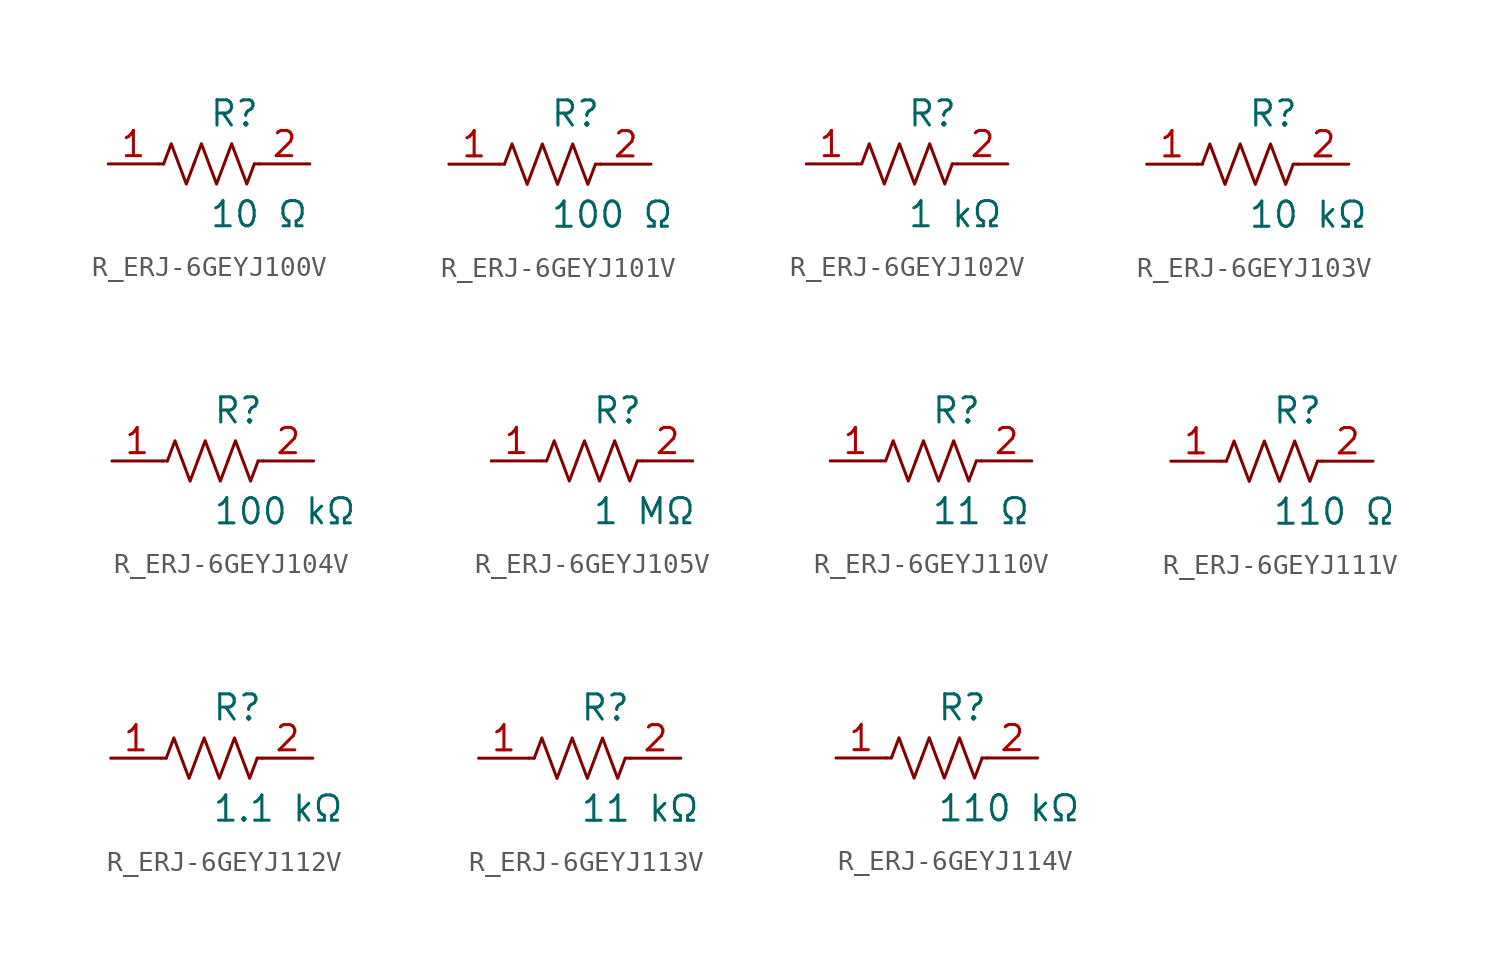
<source format=kicad_sym>
(kicad_symbol_lib
  (version 20231120)
  (generator kicad_symbol_editor)
  (generator_version 8.0)
  (symbol "R_ERJ-6GEYJ100V"
    (pin_names
      (offset 0.254))
    (property "Reference" "R"
      (at 0.0 2.54 0)
      (effects (font (size 1.27 1.27)) (justify left)))
    (property "Value" "10 Ω"
      (at 0.0 -2.54 0)
      (effects (font (size 1.27 1.27)) (justify left)))
    (symbol "R_ERJ-6GEYJ100V_0_1"
      (polyline (pts (xy 2.286 0) (xy 2.54 0)) (stroke (width 0) (type default)) (fill (type none)))
      (polyline (pts (xy -2.286 0) (xy -2.54 0)) (stroke (width 0) (type default)) (fill (type none)))
      (polyline (pts (xy 0.762 0) (xy 1.143 1.016) (xy 1.524 0) (xy 1.905 -1.016) (xy 2.286 0)) (stroke (width 0) (type default)) (fill (type none)))
      (polyline (pts (xy -0.762 0) (xy -0.381 1.016) (xy 0 0) (xy 0.381 -1.016) (xy 0.762 0)) (stroke (width 0) (type default)) (fill (type none)))
      (polyline (pts (xy -2.286 0) (xy -1.905 1.016) (xy -1.524 0) (xy -1.143 -1.016) (xy -0.762 0)) (stroke (width 0) (type default)) (fill (type none))))
    (pin unspecified line
      (at -5.08 0 0)
      (length 2.54)
      (name "" (effects (font (size 1.27 1.27))))
      (number "1" (effects (font (size 1.27 1.27)))))
    (pin unspecified line
      (at 5.08 0 180)
      (length 2.54)
      (name "" (effects (font (size 1.27 1.27))))
      (number "2" (effects (font (size 1.27 1.27))))))
  (symbol "R_ERJ-6GEYJ101V"
    (pin_names
      (offset 0.254))
    (property "Reference" "R"
      (at 0.0 2.54 0)
      (effects (font (size 1.27 1.27)) (justify left)))
    (property "Value" "100 Ω"
      (at 0.0 -2.54 0)
      (effects (font (size 1.27 1.27)) (justify left)))
    (symbol "R_ERJ-6GEYJ101V_0_1"
      (polyline (pts (xy 2.286 0) (xy 2.54 0)) (stroke (width 0) (type default)) (fill (type none)))
      (polyline (pts (xy -2.286 0) (xy -2.54 0)) (stroke (width 0) (type default)) (fill (type none)))
      (polyline (pts (xy 0.762 0) (xy 1.143 1.016) (xy 1.524 0) (xy 1.905 -1.016) (xy 2.286 0)) (stroke (width 0) (type default)) (fill (type none)))
      (polyline (pts (xy -0.762 0) (xy -0.381 1.016) (xy 0 0) (xy 0.381 -1.016) (xy 0.762 0)) (stroke (width 0) (type default)) (fill (type none)))
      (polyline (pts (xy -2.286 0) (xy -1.905 1.016) (xy -1.524 0) (xy -1.143 -1.016) (xy -0.762 0)) (stroke (width 0) (type default)) (fill (type none))))
    (pin unspecified line
      (at -5.08 0 0)
      (length 2.54)
      (name "" (effects (font (size 1.27 1.27))))
      (number "1" (effects (font (size 1.27 1.27)))))
    (pin unspecified line
      (at 5.08 0 180)
      (length 2.54)
      (name "" (effects (font (size 1.27 1.27))))
      (number "2" (effects (font (size 1.27 1.27))))))
  (symbol "R_ERJ-6GEYJ102V"
    (pin_names
      (offset 0.254))
    (property "Reference" "R"
      (at 0.0 2.54 0)
      (effects (font (size 1.27 1.27)) (justify left)))
    (property "Value" "1 kΩ"
      (at 0.0 -2.54 0)
      (effects (font (size 1.27 1.27)) (justify left)))
    (symbol "R_ERJ-6GEYJ102V_0_1"
      (polyline (pts (xy 2.286 0) (xy 2.54 0)) (stroke (width 0) (type default)) (fill (type none)))
      (polyline (pts (xy -2.286 0) (xy -2.54 0)) (stroke (width 0) (type default)) (fill (type none)))
      (polyline (pts (xy 0.762 0) (xy 1.143 1.016) (xy 1.524 0) (xy 1.905 -1.016) (xy 2.286 0)) (stroke (width 0) (type default)) (fill (type none)))
      (polyline (pts (xy -0.762 0) (xy -0.381 1.016) (xy 0 0) (xy 0.381 -1.016) (xy 0.762 0)) (stroke (width 0) (type default)) (fill (type none)))
      (polyline (pts (xy -2.286 0) (xy -1.905 1.016) (xy -1.524 0) (xy -1.143 -1.016) (xy -0.762 0)) (stroke (width 0) (type default)) (fill (type none))))
    (pin unspecified line
      (at -5.08 0 0)
      (length 2.54)
      (name "" (effects (font (size 1.27 1.27))))
      (number "1" (effects (font (size 1.27 1.27)))))
    (pin unspecified line
      (at 5.08 0 180)
      (length 2.54)
      (name "" (effects (font (size 1.27 1.27))))
      (number "2" (effects (font (size 1.27 1.27))))))
  (symbol "R_ERJ-6GEYJ103V"
    (pin_names
      (offset 0.254))
    (property "Reference" "R"
      (at 0.0 2.54 0)
      (effects (font (size 1.27 1.27)) (justify left)))
    (property "Value" "10 kΩ"
      (at 0.0 -2.54 0)
      (effects (font (size 1.27 1.27)) (justify left)))
    (symbol "R_ERJ-6GEYJ103V_0_1"
      (polyline (pts (xy 2.286 0) (xy 2.54 0)) (stroke (width 0) (type default)) (fill (type none)))
      (polyline (pts (xy -2.286 0) (xy -2.54 0)) (stroke (width 0) (type default)) (fill (type none)))
      (polyline (pts (xy 0.762 0) (xy 1.143 1.016) (xy 1.524 0) (xy 1.905 -1.016) (xy 2.286 0)) (stroke (width 0) (type default)) (fill (type none)))
      (polyline (pts (xy -0.762 0) (xy -0.381 1.016) (xy 0 0) (xy 0.381 -1.016) (xy 0.762 0)) (stroke (width 0) (type default)) (fill (type none)))
      (polyline (pts (xy -2.286 0) (xy -1.905 1.016) (xy -1.524 0) (xy -1.143 -1.016) (xy -0.762 0)) (stroke (width 0) (type default)) (fill (type none))))
    (pin unspecified line
      (at -5.08 0 0)
      (length 2.54)
      (name "" (effects (font (size 1.27 1.27))))
      (number "1" (effects (font (size 1.27 1.27)))))
    (pin unspecified line
      (at 5.08 0 180)
      (length 2.54)
      (name "" (effects (font (size 1.27 1.27))))
      (number "2" (effects (font (size 1.27 1.27))))))
  (symbol "R_ERJ-6GEYJ104V"
    (pin_names
      (offset 0.254))
    (property "Reference" "R"
      (at 0.0 2.54 0)
      (effects (font (size 1.27 1.27)) (justify left)))
    (property "Value" "100 kΩ"
      (at 0.0 -2.54 0)
      (effects (font (size 1.27 1.27)) (justify left)))
    (symbol "R_ERJ-6GEYJ104V_0_1"
      (polyline (pts (xy 2.286 0) (xy 2.54 0)) (stroke (width 0) (type default)) (fill (type none)))
      (polyline (pts (xy -2.286 0) (xy -2.54 0)) (stroke (width 0) (type default)) (fill (type none)))
      (polyline (pts (xy 0.762 0) (xy 1.143 1.016) (xy 1.524 0) (xy 1.905 -1.016) (xy 2.286 0)) (stroke (width 0) (type default)) (fill (type none)))
      (polyline (pts (xy -0.762 0) (xy -0.381 1.016) (xy 0 0) (xy 0.381 -1.016) (xy 0.762 0)) (stroke (width 0) (type default)) (fill (type none)))
      (polyline (pts (xy -2.286 0) (xy -1.905 1.016) (xy -1.524 0) (xy -1.143 -1.016) (xy -0.762 0)) (stroke (width 0) (type default)) (fill (type none))))
    (pin unspecified line
      (at -5.08 0 0)
      (length 2.54)
      (name "" (effects (font (size 1.27 1.27))))
      (number "1" (effects (font (size 1.27 1.27)))))
    (pin unspecified line
      (at 5.08 0 180)
      (length 2.54)
      (name "" (effects (font (size 1.27 1.27))))
      (number "2" (effects (font (size 1.27 1.27))))))
  (symbol "R_ERJ-6GEYJ105V"
    (pin_names
      (offset 0.254))
    (property "Reference" "R"
      (at 0.0 2.54 0)
      (effects (font (size 1.27 1.27)) (justify left)))
    (property "Value" "1 MΩ"
      (at 0.0 -2.54 0)
      (effects (font (size 1.27 1.27)) (justify left)))
    (symbol "R_ERJ-6GEYJ105V_0_1"
      (polyline (pts (xy 2.286 0) (xy 2.54 0)) (stroke (width 0) (type default)) (fill (type none)))
      (polyline (pts (xy -2.286 0) (xy -2.54 0)) (stroke (width 0) (type default)) (fill (type none)))
      (polyline (pts (xy 0.762 0) (xy 1.143 1.016) (xy 1.524 0) (xy 1.905 -1.016) (xy 2.286 0)) (stroke (width 0) (type default)) (fill (type none)))
      (polyline (pts (xy -0.762 0) (xy -0.381 1.016) (xy 0 0) (xy 0.381 -1.016) (xy 0.762 0)) (stroke (width 0) (type default)) (fill (type none)))
      (polyline (pts (xy -2.286 0) (xy -1.905 1.016) (xy -1.524 0) (xy -1.143 -1.016) (xy -0.762 0)) (stroke (width 0) (type default)) (fill (type none))))
    (pin unspecified line
      (at -5.08 0 0)
      (length 2.54)
      (name "" (effects (font (size 1.27 1.27))))
      (number "1" (effects (font (size 1.27 1.27)))))
    (pin unspecified line
      (at 5.08 0 180)
      (length 2.54)
      (name "" (effects (font (size 1.27 1.27))))
      (number "2" (effects (font (size 1.27 1.27))))))
  (symbol "R_ERJ-6GEYJ110V"
    (pin_names
      (offset 0.254))
    (property "Reference" "R"
      (at 0.0 2.54 0)
      (effects (font (size 1.27 1.27)) (justify left)))
    (property "Value" "11 Ω"
      (at 0.0 -2.54 0)
      (effects (font (size 1.27 1.27)) (justify left)))
    (symbol "R_ERJ-6GEYJ110V_0_1"
      (polyline (pts (xy 2.286 0) (xy 2.54 0)) (stroke (width 0) (type default)) (fill (type none)))
      (polyline (pts (xy -2.286 0) (xy -2.54 0)) (stroke (width 0) (type default)) (fill (type none)))
      (polyline (pts (xy 0.762 0) (xy 1.143 1.016) (xy 1.524 0) (xy 1.905 -1.016) (xy 2.286 0)) (stroke (width 0) (type default)) (fill (type none)))
      (polyline (pts (xy -0.762 0) (xy -0.381 1.016) (xy 0 0) (xy 0.381 -1.016) (xy 0.762 0)) (stroke (width 0) (type default)) (fill (type none)))
      (polyline (pts (xy -2.286 0) (xy -1.905 1.016) (xy -1.524 0) (xy -1.143 -1.016) (xy -0.762 0)) (stroke (width 0) (type default)) (fill (type none))))
    (pin unspecified line
      (at -5.08 0 0)
      (length 2.54)
      (name "" (effects (font (size 1.27 1.27))))
      (number "1" (effects (font (size 1.27 1.27)))))
    (pin unspecified line
      (at 5.08 0 180)
      (length 2.54)
      (name "" (effects (font (size 1.27 1.27))))
      (number "2" (effects (font (size 1.27 1.27))))))
  (symbol "R_ERJ-6GEYJ111V"
    (pin_names
      (offset 0.254))
    (property "Reference" "R"
      (at 0.0 2.54 0)
      (effects (font (size 1.27 1.27)) (justify left)))
    (property "Value" "110 Ω"
      (at 0.0 -2.54 0)
      (effects (font (size 1.27 1.27)) (justify left)))
    (symbol "R_ERJ-6GEYJ111V_0_1"
      (polyline (pts (xy 2.286 0) (xy 2.54 0)) (stroke (width 0) (type default)) (fill (type none)))
      (polyline (pts (xy -2.286 0) (xy -2.54 0)) (stroke (width 0) (type default)) (fill (type none)))
      (polyline (pts (xy 0.762 0) (xy 1.143 1.016) (xy 1.524 0) (xy 1.905 -1.016) (xy 2.286 0)) (stroke (width 0) (type default)) (fill (type none)))
      (polyline (pts (xy -0.762 0) (xy -0.381 1.016) (xy 0 0) (xy 0.381 -1.016) (xy 0.762 0)) (stroke (width 0) (type default)) (fill (type none)))
      (polyline (pts (xy -2.286 0) (xy -1.905 1.016) (xy -1.524 0) (xy -1.143 -1.016) (xy -0.762 0)) (stroke (width 0) (type default)) (fill (type none))))
    (pin unspecified line
      (at -5.08 0 0)
      (length 2.54)
      (name "" (effects (font (size 1.27 1.27))))
      (number "1" (effects (font (size 1.27 1.27)))))
    (pin unspecified line
      (at 5.08 0 180)
      (length 2.54)
      (name "" (effects (font (size 1.27 1.27))))
      (number "2" (effects (font (size 1.27 1.27))))))
  (symbol "R_ERJ-6GEYJ112V"
    (pin_names
      (offset 0.254))
    (property "Reference" "R"
      (at 0.0 2.54 0)
      (effects (font (size 1.27 1.27)) (justify left)))
    (property "Value" "1.1 kΩ"
      (at 0.0 -2.54 0)
      (effects (font (size 1.27 1.27)) (justify left)))
    (symbol "R_ERJ-6GEYJ112V_0_1"
      (polyline (pts (xy 2.286 0) (xy 2.54 0)) (stroke (width 0) (type default)) (fill (type none)))
      (polyline (pts (xy -2.286 0) (xy -2.54 0)) (stroke (width 0) (type default)) (fill (type none)))
      (polyline (pts (xy 0.762 0) (xy 1.143 1.016) (xy 1.524 0) (xy 1.905 -1.016) (xy 2.286 0)) (stroke (width 0) (type default)) (fill (type none)))
      (polyline (pts (xy -0.762 0) (xy -0.381 1.016) (xy 0 0) (xy 0.381 -1.016) (xy 0.762 0)) (stroke (width 0) (type default)) (fill (type none)))
      (polyline (pts (xy -2.286 0) (xy -1.905 1.016) (xy -1.524 0) (xy -1.143 -1.016) (xy -0.762 0)) (stroke (width 0) (type default)) (fill (type none))))
    (pin unspecified line
      (at -5.08 0 0)
      (length 2.54)
      (name "" (effects (font (size 1.27 1.27))))
      (number "1" (effects (font (size 1.27 1.27)))))
    (pin unspecified line
      (at 5.08 0 180)
      (length 2.54)
      (name "" (effects (font (size 1.27 1.27))))
      (number "2" (effects (font (size 1.27 1.27))))))
  (symbol "R_ERJ-6GEYJ113V"
    (pin_names
      (offset 0.254))
    (property "Reference" "R"
      (at 0.0 2.54 0)
      (effects (font (size 1.27 1.27)) (justify left)))
    (property "Value" "11 kΩ"
      (at 0.0 -2.54 0)
      (effects (font (size 1.27 1.27)) (justify left)))
    (symbol "R_ERJ-6GEYJ113V_0_1"
      (polyline (pts (xy 2.286 0) (xy 2.54 0)) (stroke (width 0) (type default)) (fill (type none)))
      (polyline (pts (xy -2.286 0) (xy -2.54 0)) (stroke (width 0) (type default)) (fill (type none)))
      (polyline (pts (xy 0.762 0) (xy 1.143 1.016) (xy 1.524 0) (xy 1.905 -1.016) (xy 2.286 0)) (stroke (width 0) (type default)) (fill (type none)))
      (polyline (pts (xy -0.762 0) (xy -0.381 1.016) (xy 0 0) (xy 0.381 -1.016) (xy 0.762 0)) (stroke (width 0) (type default)) (fill (type none)))
      (polyline (pts (xy -2.286 0) (xy -1.905 1.016) (xy -1.524 0) (xy -1.143 -1.016) (xy -0.762 0)) (stroke (width 0) (type default)) (fill (type none))))
    (pin unspecified line
      (at -5.08 0 0)
      (length 2.54)
      (name "" (effects (font (size 1.27 1.27))))
      (number "1" (effects (font (size 1.27 1.27)))))
    (pin unspecified line
      (at 5.08 0 180)
      (length 2.54)
      (name "" (effects (font (size 1.27 1.27))))
      (number "2" (effects (font (size 1.27 1.27))))))
  (symbol "R_ERJ-6GEYJ114V"
    (pin_names
      (offset 0.254))
    (property "Reference" "R"
      (at 0.0 2.54 0)
      (effects (font (size 1.27 1.27)) (justify left)))
    (property "Value" "110 kΩ"
      (at 0.0 -2.54 0)
      (effects (font (size 1.27 1.27)) (justify left)))
    (symbol "R_ERJ-6GEYJ114V_0_1"
      (polyline (pts (xy 2.286 0) (xy 2.54 0)) (stroke (width 0) (type default)) (fill (type none)))
      (polyline (pts (xy -2.286 0) (xy -2.54 0)) (stroke (width 0) (type default)) (fill (type none)))
      (polyline (pts (xy 0.762 0) (xy 1.143 1.016) (xy 1.524 0) (xy 1.905 -1.016) (xy 2.286 0)) (stroke (width 0) (type default)) (fill (type none)))
      (polyline (pts (xy -0.762 0) (xy -0.381 1.016) (xy 0 0) (xy 0.381 -1.016) (xy 0.762 0)) (stroke (width 0) (type default)) (fill (type none)))
      (polyline (pts (xy -2.286 0) (xy -1.905 1.016) (xy -1.524 0) (xy -1.143 -1.016) (xy -0.762 0)) (stroke (width 0) (type default)) (fill (type none))))
    (pin unspecified line
      (at -5.08 0 0)
      (length 2.54)
      (name "" (effects (font (size 1.27 1.27))))
      (number "1" (effects (font (size 1.27 1.27)))))
    (pin unspecified line
      (at 5.08 0 180)
      (length 2.54)
      (name "" (effects (font (size 1.27 1.27))))
      (number "2" (effects (font (size 1.27 1.27)))))))
</source>
